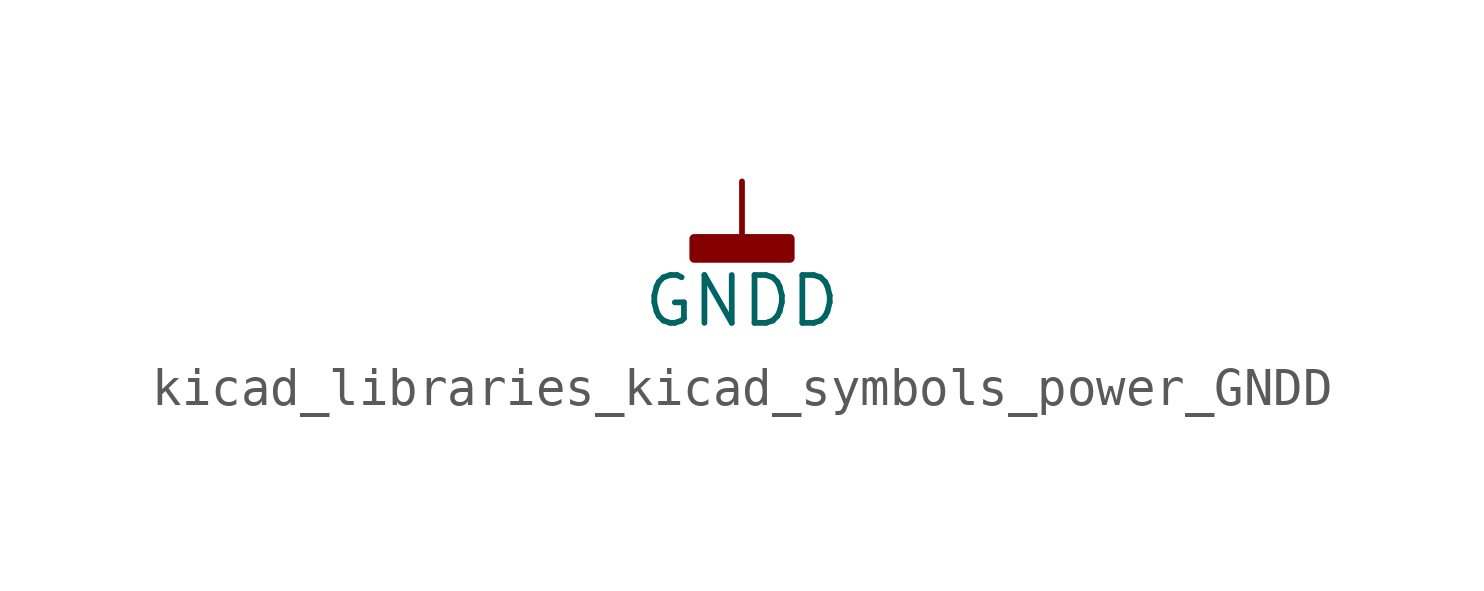
<source format=kicad_sym>
(kicad_symbol_lib
  (version 20220914)
  (generator kicad_symbol_editor)
  (symbol "kicad_libraries_kicad_symbols_power_GNDD"
    (power)
    (pin_names
      (offset 0))
    (property "Reference" "#PWR"
      (at 0 -6.35 0)
      (effects (font (size 1.27 1.27)) hide))
    (property "Value" "GNDD"
      (at 0 -3.175 0)
      (effects (font (size 1.27 1.27))))
    (symbol "kicad_libraries_kicad_symbols_power_GNDD_0_1"
      (rectangle (start -1.27 -1.524) (end 1.27 -2.032) (stroke (width 0.254) (type default)) (fill (type outline)))
      (polyline (pts (xy 0 0) (xy 0 -1.524)) (stroke (width 0) (type default)) (fill (type none))))
    (symbol "kicad_libraries_kicad_symbols_power_GNDD_1_1"
      (pin power_in line (at 0 0 270) (length 0) hide (name "GNDD" (effects (font (size 1.27 1.27)))) (number "1" (effects (font (size 1.27 1.27))))))))
</source>
